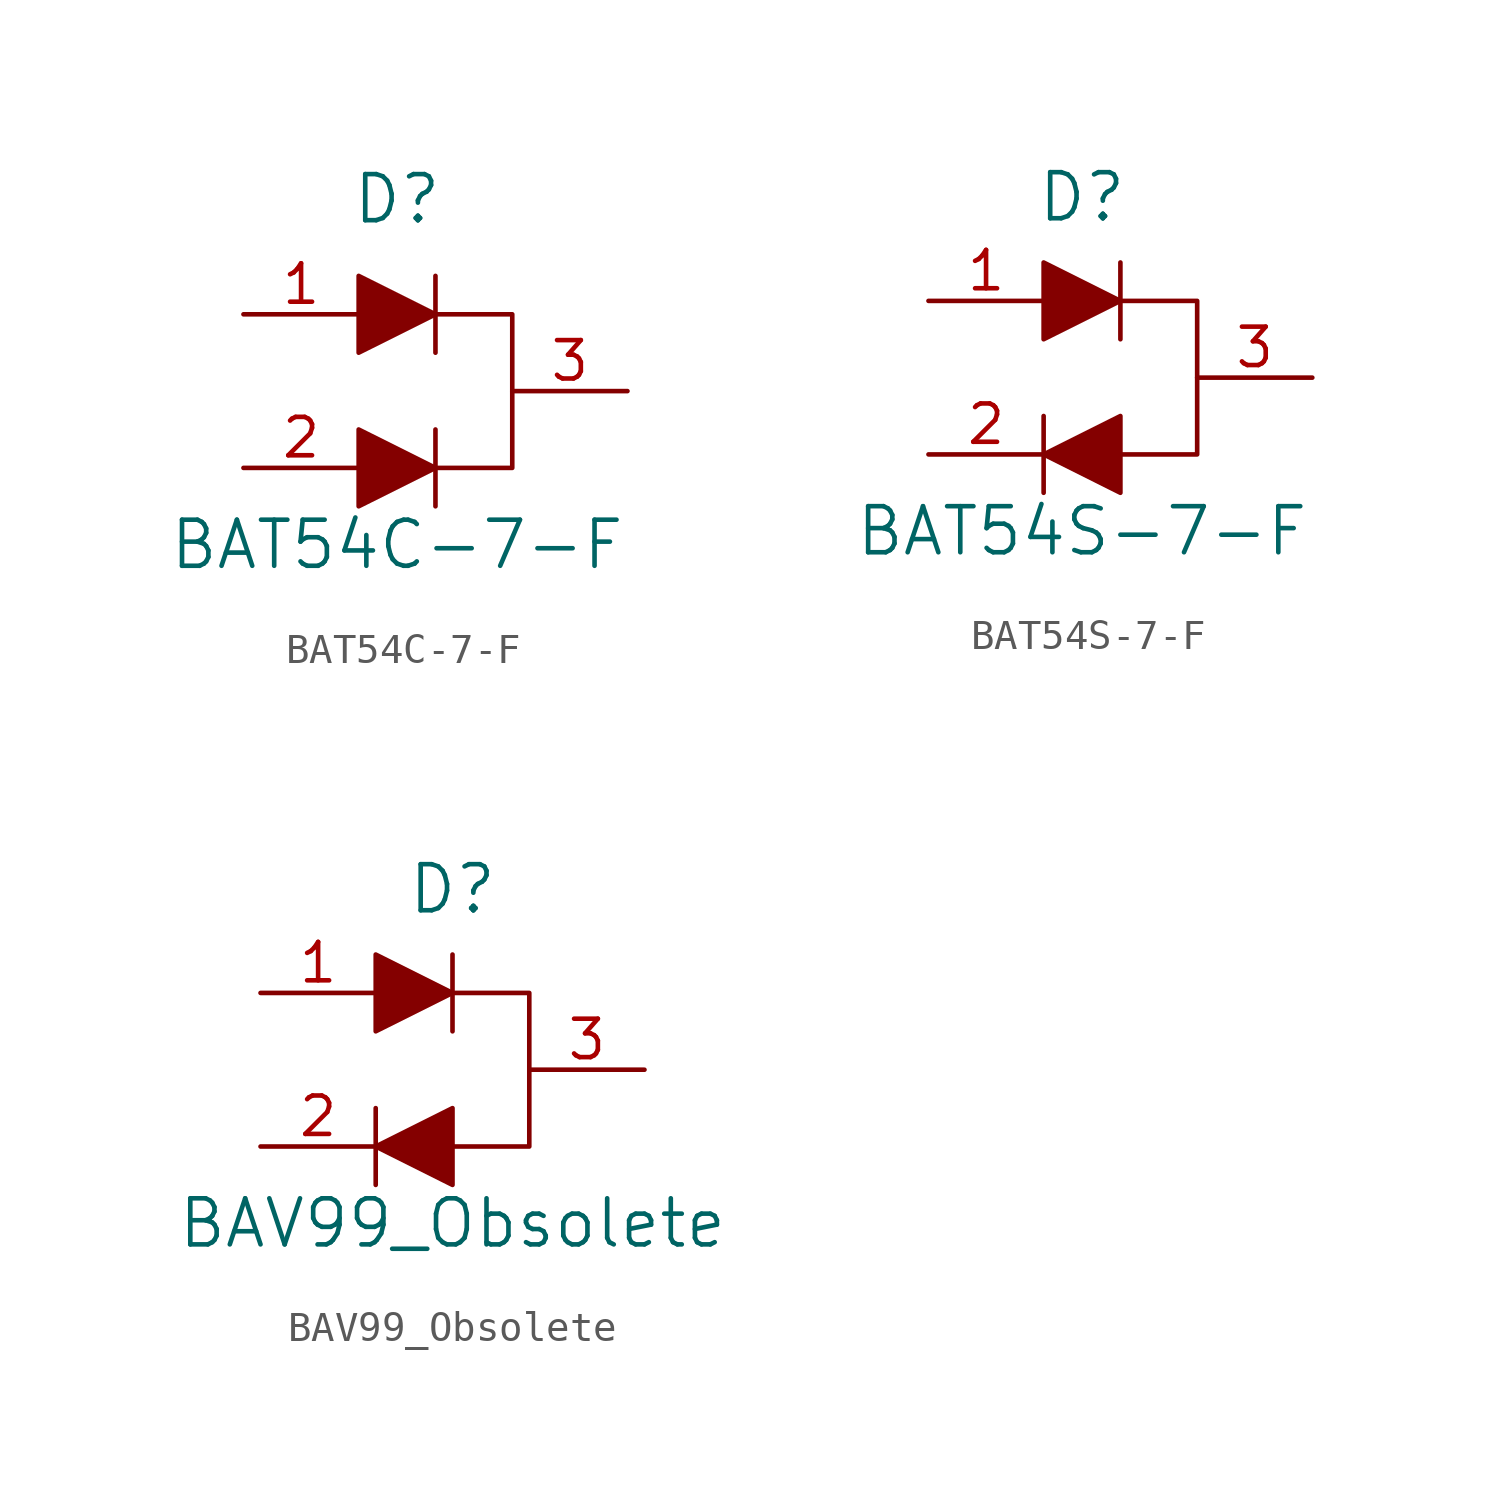
<source format=kicad_sym>
(kicad_symbol_lib
  (version 20201005)
  (generator kicad_symbol_editor)
  (symbol "BAT54C-7-F"
    (pin_names
      (offset 0.025))
    (property "Reference" "D"
      (at 0 6.35 0)
      (effects (font (size 1.524 1.524))))
    (property "Value" "BAT54C-7-F"
      (at 0 -5.08 0)
      (effects (font (size 1.524 1.524))))
    (symbol "BAT54C-7-F_0_1"
      (polyline (pts (xy 1.27 -1.27) (xy 1.27 -3.81)) (stroke (width 0)) (fill (type none)))
      (polyline (pts (xy 1.27 1.27) (xy 1.27 3.81)) (stroke (width 0)) (fill (type none)))
      (polyline (pts (xy -1.27 -1.27) (xy -1.27 -3.81) (xy 1.27 -2.54) (xy -1.27 -1.27)) (stroke (width 0)) (fill (type outline)))
      (polyline (pts (xy -1.27 3.81) (xy -1.27 1.27) (xy 1.27 2.54) (xy -1.27 3.81)) (stroke (width 0)) (fill (type outline))))
    (symbol "BAT54C-7-F_1_1"
      (polyline (pts (xy 1.27 2.54) (xy 3.81 2.54) (xy 3.81 -2.54) (xy 1.27 -2.54)) (stroke (width 0)) (fill (type none)))
      (pin passive line (at -5.08 2.54 0) (length 3.81) (name "~" (effects (font (size 1.27 1.27)))) (number "1" (effects (font (size 1.27 1.27)))))
      (pin passive line (at -5.08 -2.54 0) (length 3.81) (name "~" (effects (font (size 1.27 1.27)))) (number "2" (effects (font (size 1.27 1.27)))))
      (pin passive line (at 7.62 0 180) (length 3.81) (name "~" (effects (font (size 1.27 1.27)))) (number "3" (effects (font (size 1.27 1.27)))))))
  (symbol "BAT54S-7-F"
    (pin_names
      (offset 1.016))
    (property "Reference" "D"
      (at 0 5.08 0)
      (effects (font (size 1.524 1.524)) (justify bottom)))
    (property "Value" "BAT54S-7-F"
      (at 0 -5.08 0)
      (effects (font (size 1.524 1.524))))
    (symbol "BAT54S-7-F_0_1"
      (polyline (pts (xy -1.27 -1.27) (xy -1.27 -3.81)) (stroke (width 0)) (fill (type none)))
      (polyline (pts (xy 1.27 3.81) (xy 1.27 1.27)) (stroke (width 0)) (fill (type none)))
      (polyline (pts (xy -1.27 3.81) (xy -1.27 1.27) (xy 1.27 2.54) (xy -1.27 3.81)) (stroke (width 0)) (fill (type outline)))
      (polyline (pts (xy 1.27 -1.27) (xy 1.27 -3.81) (xy -1.27 -2.54) (xy 1.27 -1.27)) (stroke (width 0)) (fill (type outline))))
    (symbol "BAT54S-7-F_1_1"
      (polyline (pts (xy 1.27 2.54) (xy 3.81 2.54) (xy 3.81 -2.54) (xy 1.27 -2.54)) (stroke (width 0)) (fill (type none)))
      (pin passive line (at -5.08 2.54 0) (length 3.81) (name "~" (effects (font (size 1.27 1.27)))) (number "1" (effects (font (size 1.27 1.27)))))
      (pin passive line (at -5.08 -2.54 0) (length 3.81) (name "~" (effects (font (size 1.27 1.27)))) (number "2" (effects (font (size 1.27 1.27)))))
      (pin passive line (at 7.62 0 180) (length 3.81) (name "~" (effects (font (size 1.27 1.27)))) (number "3" (effects (font (size 1.27 1.27)))))))
  (symbol "BAV99_Obsolete"
    (pin_names
      (offset 1.016))
    (property "Reference" "D"
      (at 1.27 5.08 0)
      (effects (font (size 1.524 1.524)) (justify bottom)))
    (property "Value" "BAV99_Obsolete"
      (at 1.27 -5.08 0)
      (effects (font (size 1.524 1.524))))
    (symbol "BAV99_Obsolete_0_1"
      (polyline (pts (xy -1.27 -1.27) (xy -1.27 -3.81)) (stroke (width 0)) (fill (type none)))
      (polyline (pts (xy 1.27 3.81) (xy 1.27 1.27)) (stroke (width 0)) (fill (type none)))
      (polyline (pts (xy -1.27 3.81) (xy -1.27 1.27) (xy 1.27 2.54) (xy -1.27 3.81)) (stroke (width 0)) (fill (type outline)))
      (polyline (pts (xy 1.27 -1.27) (xy 1.27 -3.81) (xy -1.27 -2.54) (xy 1.27 -1.27)) (stroke (width 0)) (fill (type outline))))
    (symbol "BAV99_Obsolete_1_1"
      (polyline (pts (xy 1.27 2.54) (xy 3.81 2.54) (xy 3.81 -2.54) (xy 1.27 -2.54)) (stroke (width 0)) (fill (type none)))
      (pin passive line (at -5.08 2.54 0) (length 3.81) (name "~" (effects (font (size 1.27 1.27)))) (number "1" (effects (font (size 1.27 1.27)))))
      (pin passive line (at -5.08 -2.54 0) (length 3.81) (name "~" (effects (font (size 1.27 1.27)))) (number "2" (effects (font (size 1.27 1.27)))))
      (pin passive line (at 7.62 0 180) (length 3.81) (name "~" (effects (font (size 1.27 1.27)))) (number "3" (effects (font (size 1.27 1.27))))))))
</source>
